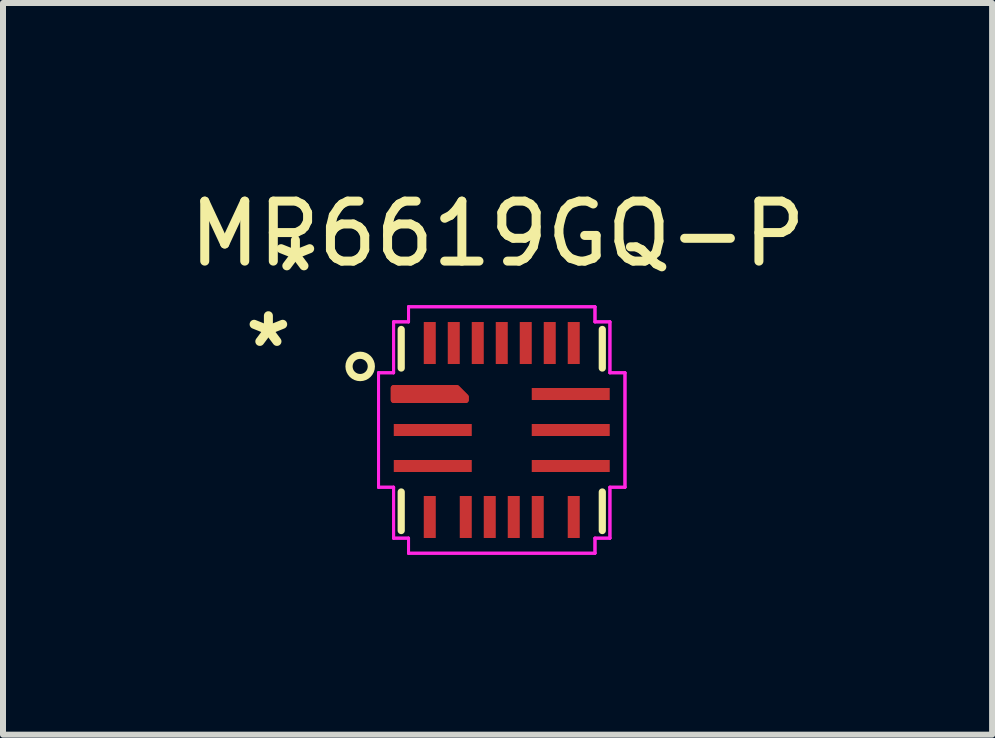
<source format=kicad_pcb>
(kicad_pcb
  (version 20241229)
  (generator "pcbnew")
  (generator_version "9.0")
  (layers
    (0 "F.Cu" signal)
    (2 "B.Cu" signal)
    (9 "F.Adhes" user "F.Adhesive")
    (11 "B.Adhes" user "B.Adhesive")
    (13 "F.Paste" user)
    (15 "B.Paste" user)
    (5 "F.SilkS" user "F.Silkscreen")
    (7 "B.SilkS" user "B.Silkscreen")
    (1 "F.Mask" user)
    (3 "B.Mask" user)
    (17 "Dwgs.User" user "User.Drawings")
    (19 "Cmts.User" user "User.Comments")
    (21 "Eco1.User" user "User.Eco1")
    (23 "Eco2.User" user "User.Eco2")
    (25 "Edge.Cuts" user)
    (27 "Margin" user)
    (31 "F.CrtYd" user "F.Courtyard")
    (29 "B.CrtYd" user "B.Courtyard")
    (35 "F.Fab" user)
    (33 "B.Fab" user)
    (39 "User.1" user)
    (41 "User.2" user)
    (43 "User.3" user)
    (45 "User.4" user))
  (footprint "MP6619GQ-P"
    (layer "F.Cu")
    (at 5.314 4.118)
    (property "Reference" "MP6619GQ-P" (at -0.07 -3.27 0) (layer "F.SilkS") (effects (font (size 1 1) (thickness 0.15))))
    (attr smd)
    (fp_poly (pts (xy -0.75 -0.7) (xy -0.6 -0.55) (xy -0.6 -0.5) (xy -1.8 -0.5) (xy -1.8 -0.7)) (stroke (width 0.1) (type solid)) (fill yes) (layer "F.Cu"))
    (fp_poly (pts (xy -0.75 -0.7) (xy -0.6 -0.55) (xy -0.6 -0.5) (xy -1.8 -0.5) (xy -1.8 -0.7)) (stroke (width 0.1) (type solid)) (fill yes) (layer "F.Cu"))
    (fp_poly (pts (xy -0.75 -0.7) (xy -0.6 -0.55) (xy -0.6 -0.5) (xy -1.8 -0.5) (xy -1.8 -0.7)) (stroke (width 0.1) (type solid)) (fill yes) (layer "F.Mask"))
    (fp_line (start -1.676 -1.033) (end -1.676 -1.676) (stroke (width 0.12) (type solid)) (layer "F.SilkS"))
    (fp_line (start -1.676 1.676) (end -1.676 1.033) (stroke (width 0.12) (type solid)) (layer "F.SilkS"))
    (fp_line (start 1.676 -1.676) (end 1.676 -1.033) (stroke (width 0.12) (type solid)) (layer "F.SilkS"))
    (fp_line (start 1.676 1.033) (end 1.676 1.676) (stroke (width 0.12) (type solid)) (layer "F.SilkS"))
    (fp_circle (center -2.36 -1.06) (end -2.47 -1.21) (stroke (width 0.12) (type solid)) (fill no) (layer "F.SilkS"))
    (fp_poly (pts (xy -0.75 -0.7) (xy -0.6 -0.55) (xy -0.6 -0.5) (xy -1.8 -0.5) (xy -1.8 -0.7)) (stroke (width 0.1) (type solid)) (fill yes) (layer "F.Paste"))
    (fp_line (start -2.054 -0.954) (end -2.054 0.954) (stroke (width 0.05) (type solid)) (layer "F.CrtYd"))
    (fp_line (start -2.054 -0.954) (end -2.054 0.954) (stroke (width 0.05) (type solid)) (layer "F.CrtYd"))
    (fp_line (start -2.054 0.954) (end -1.803 0.954) (stroke (width 0.05) (type solid)) (layer "F.CrtYd"))
    (fp_line (start -2.054 0.954) (end -1.803 0.954) (stroke (width 0.05) (type solid)) (layer "F.CrtYd"))
    (fp_line (start -1.803 -1.803) (end -1.803 -0.954) (stroke (width 0.05) (type solid)) (layer "F.CrtYd"))
    (fp_line (start -1.803 -1.803) (end -1.803 -0.954) (stroke (width 0.05) (type solid)) (layer "F.CrtYd"))
    (fp_line (start -1.803 -0.954) (end -2.054 -0.954) (stroke (width 0.05) (type solid)) (layer "F.CrtYd"))
    (fp_line (start -1.803 -0.954) (end -2.054 -0.954) (stroke (width 0.05) (type solid)) (layer "F.CrtYd"))
    (fp_line (start -1.803 0.954) (end -1.803 1.803) (stroke (width 0.05) (type solid)) (layer "F.CrtYd"))
    (fp_line (start -1.803 0.954) (end -1.803 1.803) (stroke (width 0.05) (type solid)) (layer "F.CrtYd"))
    (fp_line (start -1.803 1.803) (end -1.554 1.803) (stroke (width 0.05) (type solid)) (layer "F.CrtYd"))
    (fp_line (start -1.803 1.803) (end -1.554 1.803) (stroke (width 0.05) (type solid)) (layer "F.CrtYd"))
    (fp_line (start -1.554 -2.054) (end -1.554 -1.803) (stroke (width 0.05) (type solid)) (layer "F.CrtYd"))
    (fp_line (start -1.554 -2.054) (end -1.554 -1.803) (stroke (width 0.05) (type solid)) (layer "F.CrtYd"))
    (fp_line (start -1.554 -1.803) (end -1.803 -1.803) (stroke (width 0.05) (type solid)) (layer "F.CrtYd"))
    (fp_line (start -1.554 -1.803) (end -1.803 -1.803) (stroke (width 0.05) (type solid)) (layer "F.CrtYd"))
    (fp_line (start -1.554 1.803) (end -1.554 2.054) (stroke (width 0.05) (type solid)) (layer "F.CrtYd"))
    (fp_line (start -1.554 1.803) (end -1.554 2.054) (stroke (width 0.05) (type solid)) (layer "F.CrtYd"))
    (fp_line (start -1.554 2.054) (end 1.554 2.054) (stroke (width 0.05) (type solid)) (layer "F.CrtYd"))
    (fp_line (start -1.554 2.054) (end 1.554 2.054) (stroke (width 0.05) (type solid)) (layer "F.CrtYd"))
    (fp_line (start 1.554 -2.054) (end -1.554 -2.054) (stroke (width 0.05) (type solid)) (layer "F.CrtYd"))
    (fp_line (start 1.554 -2.054) (end -1.554 -2.054) (stroke (width 0.05) (type solid)) (layer "F.CrtYd"))
    (fp_line (start 1.554 -1.803) (end 1.554 -2.054) (stroke (width 0.05) (type solid)) (layer "F.CrtYd"))
    (fp_line (start 1.554 -1.803) (end 1.554 -2.054) (stroke (width 0.05) (type solid)) (layer "F.CrtYd"))
    (fp_line (start 1.554 1.803) (end 1.803 1.803) (stroke (width 0.05) (type solid)) (layer "F.CrtYd"))
    (fp_line (start 1.554 1.803) (end 1.803 1.803) (stroke (width 0.05) (type solid)) (layer "F.CrtYd"))
    (fp_line (start 1.554 2.054) (end 1.554 1.803) (stroke (width 0.05) (type solid)) (layer "F.CrtYd"))
    (fp_line (start 1.554 2.054) (end 1.554 1.803) (stroke (width 0.05) (type solid)) (layer "F.CrtYd"))
    (fp_line (start 1.803 -1.803) (end 1.554 -1.803) (stroke (width 0.05) (type solid)) (layer "F.CrtYd"))
    (fp_line (start 1.803 -1.803) (end 1.554 -1.803) (stroke (width 0.05) (type solid)) (layer "F.CrtYd"))
    (fp_line (start 1.803 -0.954) (end 1.803 -1.803) (stroke (width 0.05) (type solid)) (layer "F.CrtYd"))
    (fp_line (start 1.803 -0.954) (end 1.803 -1.803) (stroke (width 0.05) (type solid)) (layer "F.CrtYd"))
    (fp_line (start 1.803 0.954) (end 2.054 0.954) (stroke (width 0.05) (type solid)) (layer "F.CrtYd"))
    (fp_line (start 1.803 0.954) (end 2.054 0.954) (stroke (width 0.05) (type solid)) (layer "F.CrtYd"))
    (fp_line (start 1.803 1.803) (end 1.803 0.954) (stroke (width 0.05) (type solid)) (layer "F.CrtYd"))
    (fp_line (start 1.803 1.803) (end 1.803 0.954) (stroke (width 0.05) (type solid)) (layer "F.CrtYd"))
    (fp_line (start 2.054 -0.954) (end 1.803 -0.954) (stroke (width 0.05) (type solid)) (layer "F.CrtYd"))
    (fp_line (start 2.054 -0.954) (end 1.803 -0.954) (stroke (width 0.05) (type solid)) (layer "F.CrtYd"))
    (fp_line (start 2.054 0.954) (end 2.054 -0.954) (stroke (width 0.05) (type solid)) (layer "F.CrtYd"))
    (fp_line (start 2.054 0.954) (end 2.054 -0.954) (stroke (width 0.05) (type solid)) (layer "F.CrtYd"))
    (fp_text user "*" (at -3.44 -2.62 0) (layer "F.SilkS") (effects (font (size 1 1) (thickness 0.15))))
    (fp_text user "*" (at -3.89 -1.36 0) (layer "F.SilkS") (effects (font (size 1 1) (thickness 0.15))))
    (pad "1" smd rect (at -1.15 -0.6) (size 0.127 0.127) (layers "F.Cu" "F.Mask" "F.Paste"))
    (pad "2" smd rect (at -1.15 0) (size 1.3 0.2) (layers "F.Cu" "F.Mask" "F.Paste"))
    (pad "3" smd rect (at -1.15 0.6) (size 1.3 0.2) (layers "F.Cu" "F.Mask" "F.Paste"))
    (pad "4" smd rect (at -1.2 1.45 90) (size 0.7 0.2) (layers "F.Cu" "F.Mask" "F.Paste"))
    (pad "5" smd rect (at -0.6 1.45 90) (size 0.7 0.2) (layers "F.Cu" "F.Mask" "F.Paste"))
    (pad "6" smd rect (at -0.2 1.45 90) (size 0.7 0.2) (layers "F.Cu" "F.Mask" "F.Paste"))
    (pad "7" smd rect (at 0.2 1.45 90) (size 0.7 0.2) (layers "F.Cu" "F.Mask" "F.Paste"))
    (pad "8" smd rect (at 0.6 1.45 90) (size 0.7 0.2) (layers "F.Cu" "F.Mask" "F.Paste"))
    (pad "9" smd rect (at 1.2 1.45 90) (size 0.7 0.2) (layers "F.Cu" "F.Mask" "F.Paste"))
    (pad "10" smd rect (at 1.15 0.6) (size 1.3 0.2) (layers "F.Cu" "F.Mask" "F.Paste"))
    (pad "11" smd rect (at 1.15 0) (size 1.3 0.2) (layers "F.Cu" "F.Mask" "F.Paste"))
    (pad "12" smd rect (at 1.15 -0.6) (size 1.3 0.2) (layers "F.Cu" "F.Mask" "F.Paste"))
    (pad "13" smd rect (at 1.2 -1.45 90) (size 0.7 0.2) (layers "F.Cu" "F.Mask" "F.Paste"))
    (pad "14" smd rect (at 0.8 -1.45 90) (size 0.7 0.2) (layers "F.Cu" "F.Mask" "F.Paste"))
    (pad "15" smd rect (at 0.4 -1.45 90) (size 0.7 0.2) (layers "F.Cu" "F.Mask" "F.Paste"))
    (pad "16" smd rect (at 0 -1.45 90) (size 0.7 0.2) (layers "F.Cu" "F.Mask" "F.Paste"))
    (pad "17" smd rect (at -0.4 -1.45 90) (size 0.7 0.2) (layers "F.Cu" "F.Mask" "F.Paste"))
    (pad "18" smd rect (at -0.8 -1.45 90) (size 0.7 0.2) (layers "F.Cu" "F.Mask" "F.Paste"))
    (pad "19" smd rect (at -1.2 -1.45 90) (size 0.7 0.2) (layers "F.Cu" "F.Mask" "F.Paste")))
  (gr_rect
    (start -3 -3)
    (end 13.488 9.197)
    (stroke (width 0.1) (type default))
    (fill no)
    (layer "Edge.Cuts")))
</source>
